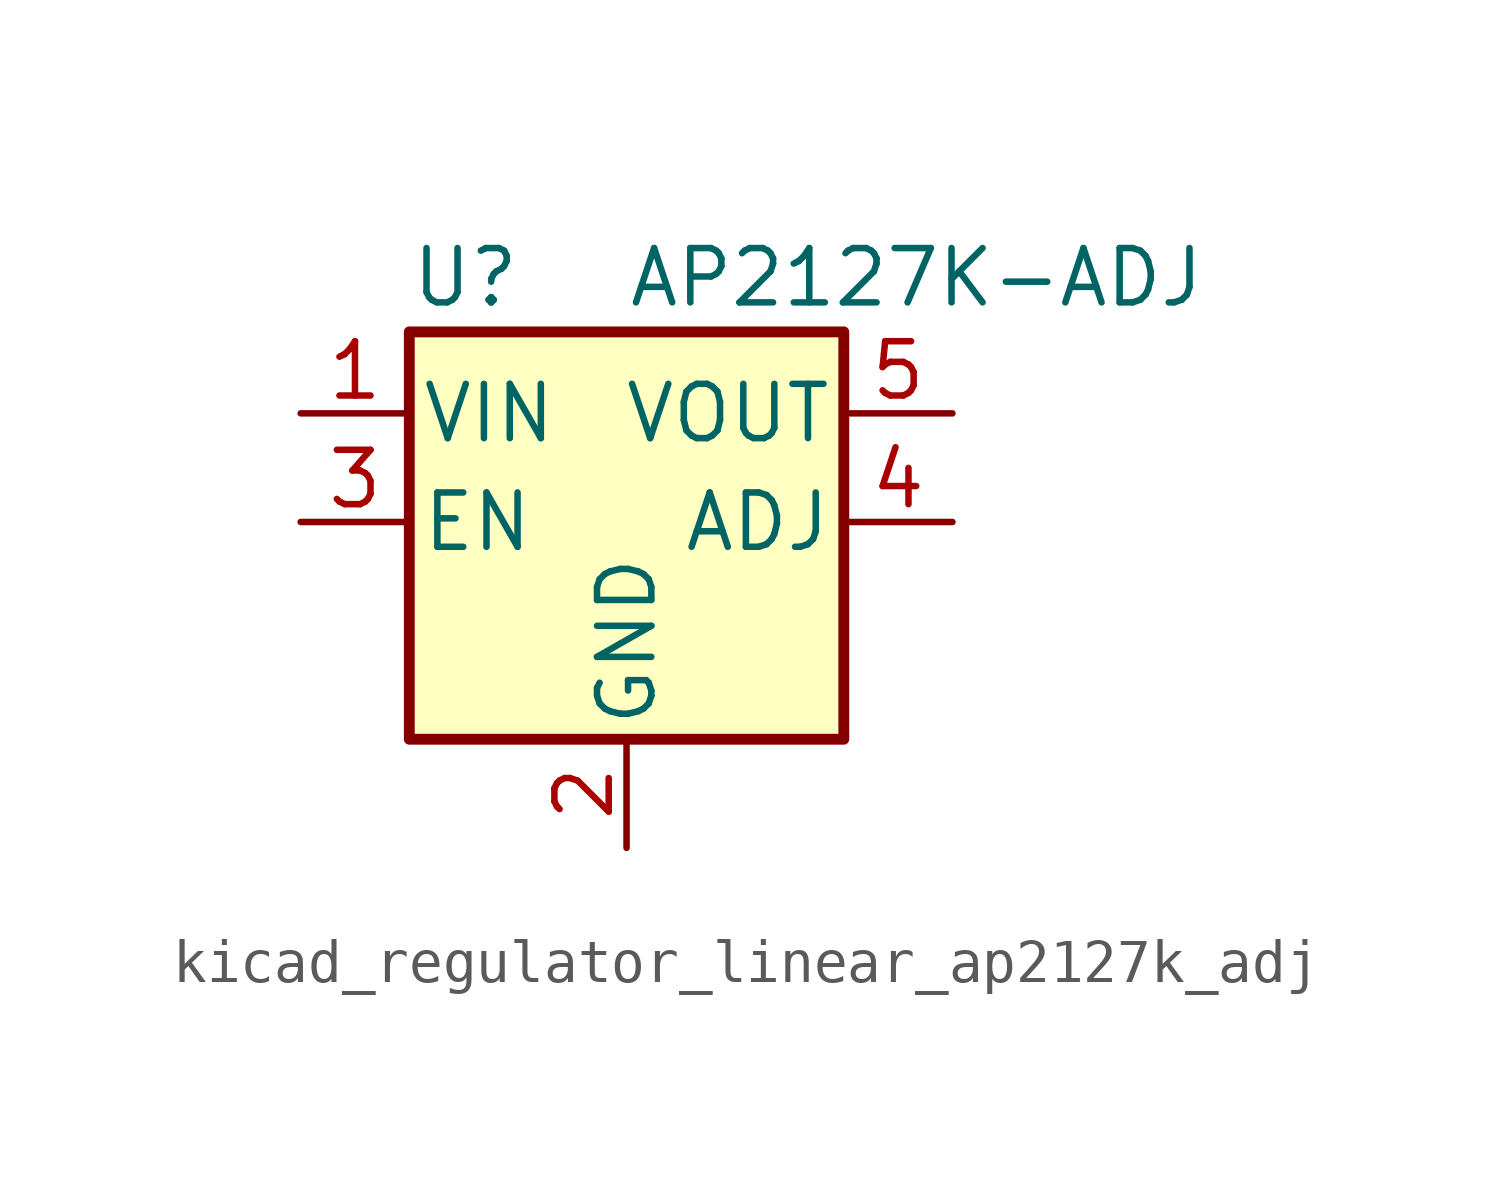
<source format=kicad_sym>
(kicad_symbol_lib
  (version 20220914)
  (generator kicad_symbol_editor)
  (symbol "kicad_regulator_linear_ap2127k_adj"
    (pin_names
      (offset 0.254))
    (property "Reference" "U"
      (at -5.08 5.715 0)
      (effects (font (size 1.27 1.27)) (justify left)))
    (property "Value" "AP2127K-ADJ"
      (at 0 5.715 0)
      (effects (font (size 1.27 1.27)) (justify left)))
    (symbol "kicad_regulator_linear_ap2127k_adj_0_1"
      (rectangle (start -5.08 4.445) (end 5.08 -5.08) (stroke (width 0.254) (type default)) (fill (type background))))
    (symbol "kicad_regulator_linear_ap2127k_adj_1_1"
      (pin power_in line (at -7.62 2.54 0) (length 2.54) (name "VIN" (effects (font (size 1.27 1.27)))) (number "1" (effects (font (size 1.27 1.27)))))
      (pin power_in line (at 0 -7.62 90) (length 2.54) (name "GND" (effects (font (size 1.27 1.27)))) (number "2" (effects (font (size 1.27 1.27)))))
      (pin input line (at -7.62 0 0) (length 2.54) (name "EN" (effects (font (size 1.27 1.27)))) (number "3" (effects (font (size 1.27 1.27)))))
      (pin input line (at 7.62 0 180) (length 2.54) (name "ADJ" (effects (font (size 1.27 1.27)))) (number "4" (effects (font (size 1.27 1.27)))))
      (pin power_out line (at 7.62 2.54 180) (length 2.54) (name "VOUT" (effects (font (size 1.27 1.27)))) (number "5" (effects (font (size 1.27 1.27))))))))
</source>
